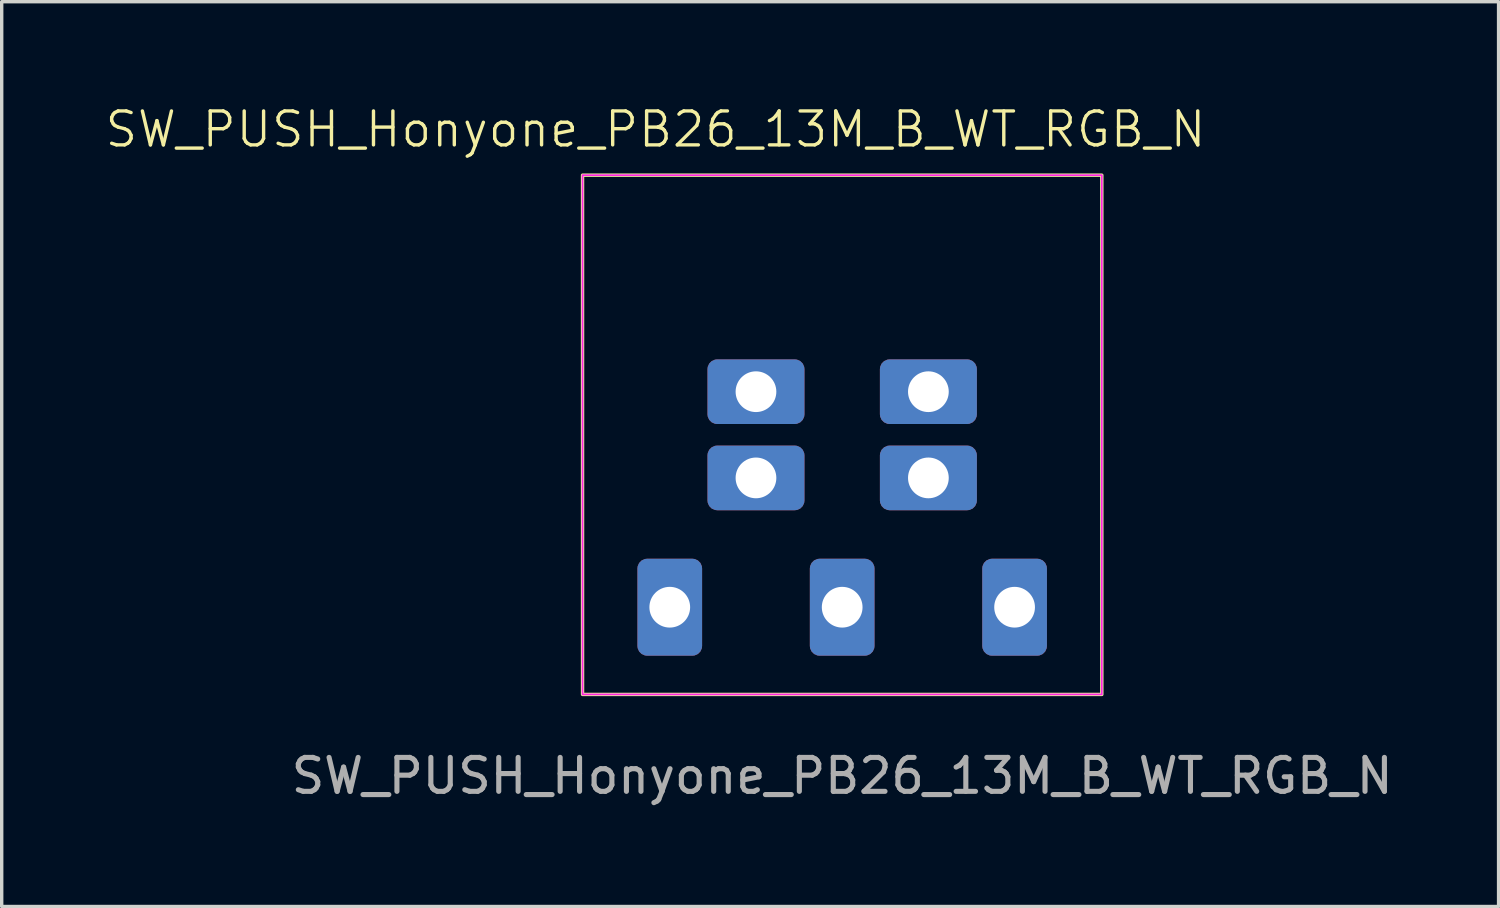
<source format=kicad_pcb>
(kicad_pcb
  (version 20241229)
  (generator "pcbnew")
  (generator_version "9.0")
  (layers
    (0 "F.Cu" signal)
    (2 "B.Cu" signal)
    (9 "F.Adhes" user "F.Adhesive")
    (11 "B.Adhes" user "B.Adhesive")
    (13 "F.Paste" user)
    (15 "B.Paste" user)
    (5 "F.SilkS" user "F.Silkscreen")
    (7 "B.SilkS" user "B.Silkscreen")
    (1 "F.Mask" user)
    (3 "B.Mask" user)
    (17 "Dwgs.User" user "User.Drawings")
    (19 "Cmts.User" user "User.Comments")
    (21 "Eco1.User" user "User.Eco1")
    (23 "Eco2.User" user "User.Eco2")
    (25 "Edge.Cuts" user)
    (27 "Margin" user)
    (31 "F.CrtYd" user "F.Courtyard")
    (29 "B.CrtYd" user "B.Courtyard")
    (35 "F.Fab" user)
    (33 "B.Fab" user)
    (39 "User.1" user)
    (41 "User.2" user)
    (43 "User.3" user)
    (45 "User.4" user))
  (footprint "SW_PUSH_Honyone_PB26_13M_B_WT_RGB_N"
    (layer "F.Cu")
    (at 21.764 9.761)
    (property "Reference" "SW_PUSH_Honyone_PB26_13M_B_WT_RGB_N" (at -5.5 -9 0) (unlocked yes) (layer "F.SilkS") (effects (font (size 1 1) (thickness 0.1))))
    (attr smd)
    (fp_rect (start -7.65 -7.65) (end 7.65 7.65) (stroke (width 0.1) (type default)) (fill no) (layer "F.SilkS"))
    (fp_rect (start -7.65 -7.65) (end 7.65 7.65) (stroke (width 0.05) (type default)) (fill no) (layer "F.CrtYd"))
    (fp_text user "${REFERENCE}" (at 0 10.05 0) (unlocked yes) (layer "F.Fab") (effects (font (size 1 1) (thickness 0.15))))
    (pad "1" thru_hole roundrect (at -5.08 5.08) (size 1.905 2.857) (drill 1.2) (layers "*.Cu" "*.Mask") (roundrect_rratio 0.15))
    (pad "2" thru_hole roundrect (at 0 5.08) (size 1.905 2.857) (drill 1.2) (layers "*.Cu" "*.Mask") (roundrect_rratio 0.15))
    (pad "3" thru_hole roundrect (at 5.08 5.08) (size 1.905 2.857) (drill 1.2) (layers "*.Cu" "*.Mask") (roundrect_rratio 0.15))
    (pad "4" thru_hole roundrect (at 2.54 1.27) (size 2.857 1.905) (drill 1.2) (layers "*.Cu" "*.Mask") (roundrect_rratio 0.15))
    (pad "5" thru_hole roundrect (at -2.54 1.27) (size 2.857 1.905) (drill 1.2) (layers "*.Cu" "*.Mask") (roundrect_rratio 0.15))
    (pad "6" thru_hole roundrect (at -2.54 -1.27) (size 2.857 1.905) (drill 1.2) (layers "*.Cu" "*.Mask") (roundrect_rratio 0.15))
    (pad "7" thru_hole roundrect (at 2.54 -1.27) (size 2.857 1.905) (drill 1.2) (layers "*.Cu" "*.Mask") (roundrect_rratio 0.15)))
  (gr_rect
    (start -3 -3)
    (end 41.104 23.659)
    (stroke (width 0.1) (type default))
    (fill no)
    (layer "Edge.Cuts")))
</source>
